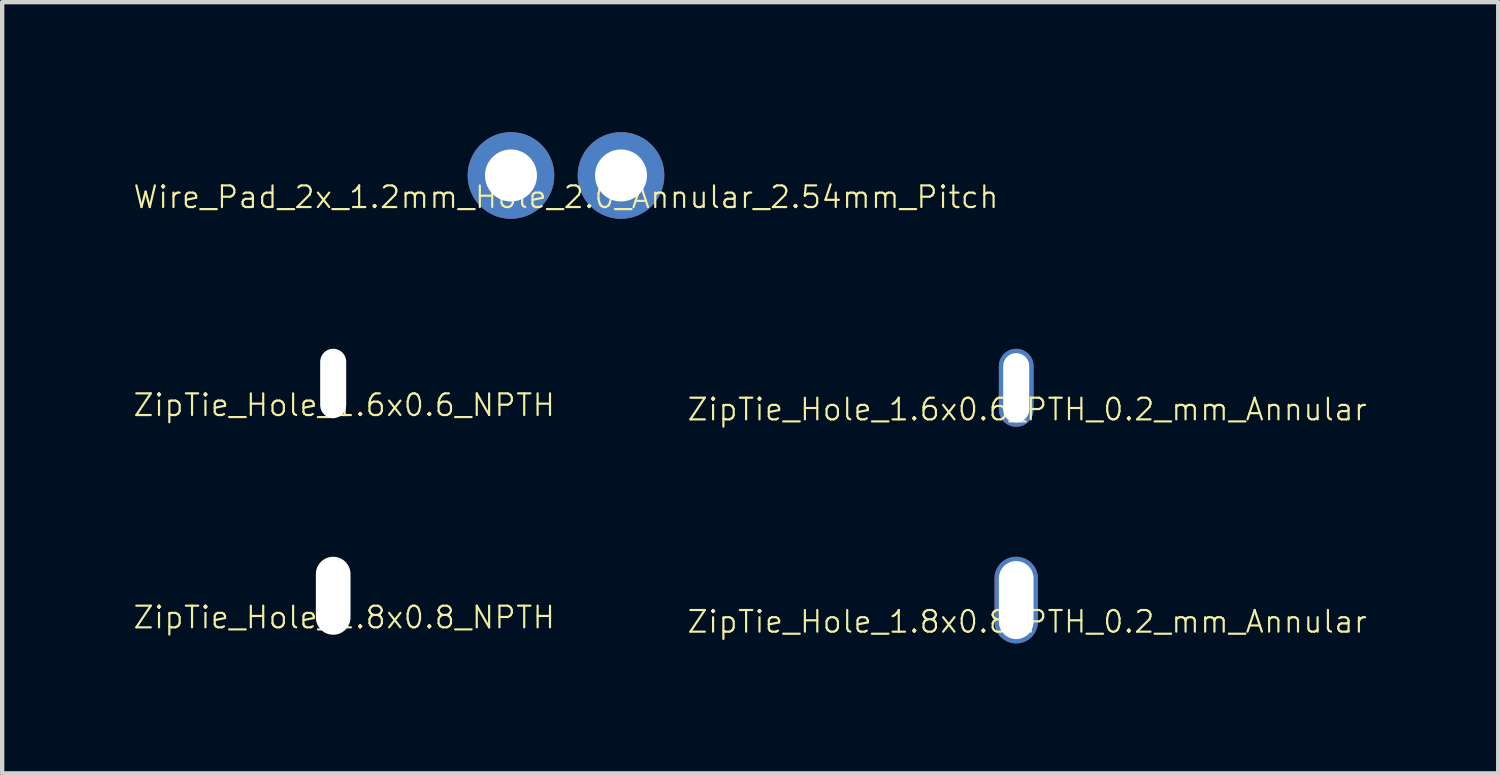
<source format=kicad_pcb>
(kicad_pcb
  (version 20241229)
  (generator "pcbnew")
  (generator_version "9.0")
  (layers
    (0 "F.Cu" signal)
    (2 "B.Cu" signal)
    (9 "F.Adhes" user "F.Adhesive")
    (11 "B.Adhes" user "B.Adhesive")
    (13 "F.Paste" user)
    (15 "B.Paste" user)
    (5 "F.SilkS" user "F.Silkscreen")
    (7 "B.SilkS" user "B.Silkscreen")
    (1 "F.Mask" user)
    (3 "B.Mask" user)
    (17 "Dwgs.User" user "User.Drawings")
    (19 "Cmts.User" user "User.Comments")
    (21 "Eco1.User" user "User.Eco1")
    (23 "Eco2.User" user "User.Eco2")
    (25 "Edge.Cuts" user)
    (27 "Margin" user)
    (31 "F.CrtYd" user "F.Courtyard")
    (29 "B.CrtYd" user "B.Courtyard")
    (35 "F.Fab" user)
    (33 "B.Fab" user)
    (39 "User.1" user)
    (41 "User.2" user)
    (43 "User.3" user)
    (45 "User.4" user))
  (footprint "ZipTie_Hole_1.8x0.8_NPTH"
    (layer "F.Cu")
    (at 4.64 10.7)
    (property "Reference" "ZipTie_Hole_1.8x0.8_NPTH" (at 0.254 0.5 0) (layer "F.SilkS") (effects (font (size 0.5 0.5) (thickness 0.05))))
    (attr through_hole)
    (pad "" np_thru_hole oval (at 0 0) (size 0.8 1.8) (drill oval 0.8 1.8) (layers "*.Cu" "*.Mask")))
  (footprint "ZipTie_Hole_1.6x0.6_NPTH"
    (layer "F.Cu")
    (at 4.64 5.8)
    (property "Reference" "ZipTie_Hole_1.6x0.6_NPTH" (at 0.254 0.5 0) (layer "F.SilkS") (effects (font (size 0.5 0.5) (thickness 0.05))))
    (attr through_hole)
    (pad "" np_thru_hole oval (at 0 0) (size 0.6 1.6) (drill oval 0.6 1.6) (layers "*.Cu" "*.Mask")))
  (footprint "Wire_Pad_2x_1.2mm_Hole_2.0_Annular_2.54mm_Pitch"
    (layer "F.Cu")
    (at 10.013 1)
    (property "Reference" "Wire_Pad_2x_1.2mm_Hole_2.0_Annular_2.54mm_Pitch" (at 0 0.5 0) (layer "F.SilkS") (effects (font (size 0.5 0.5) (thickness 0.05))))
    (attr through_hole)
    (pad "1" thru_hole circle (at -1.27 0) (size 2 2) (drill 1.2) (layers "*.Cu" "*.Mask"))
    (pad "2" thru_hole circle (at 1.27 0) (size 2 2) (drill 1.2) (layers "*.Cu" "*.Mask")))
  (footprint "ZipTie_Hole_1.6x0.6_PTH_0.2_mm_Annular"
    (layer "F.Cu")
    (at 20.404 5.9)
    (property "Reference" "ZipTie_Hole_1.6x0.6_PTH_0.2_mm_Annular" (at 0.254 0.5 0) (layer "F.SilkS") (effects (font (size 0.5 0.5) (thickness 0.05))))
    (attr through_hole)
    (pad "" thru_hole oval (at 0 0) (size 0.8 1.8) (drill oval 0.6 1.6) (layers "*.Cu" "*.Mask")))
  (footprint "ZipTie_Hole_1.8x0.8_PTH_0.2_mm_Annular"
    (layer "F.Cu")
    (at 20.404 10.8)
    (property "Reference" "ZipTie_Hole_1.8x0.8_PTH_0.2_mm_Annular" (at 0.254 0.5 0) (layer "F.SilkS") (effects (font (size 0.5 0.5) (thickness 0.05))))
    (attr through_hole)
    (pad "" thru_hole oval (at 0 0) (size 1 2) (drill oval 0.8 1.8) (layers "*.Cu" "*.Mask")))
  (gr_rect
    (start -3 -3)
    (end 31.529 14.8)
    (stroke (width 0.1) (type default))
    (fill no)
    (layer "Edge.Cuts")))
</source>
